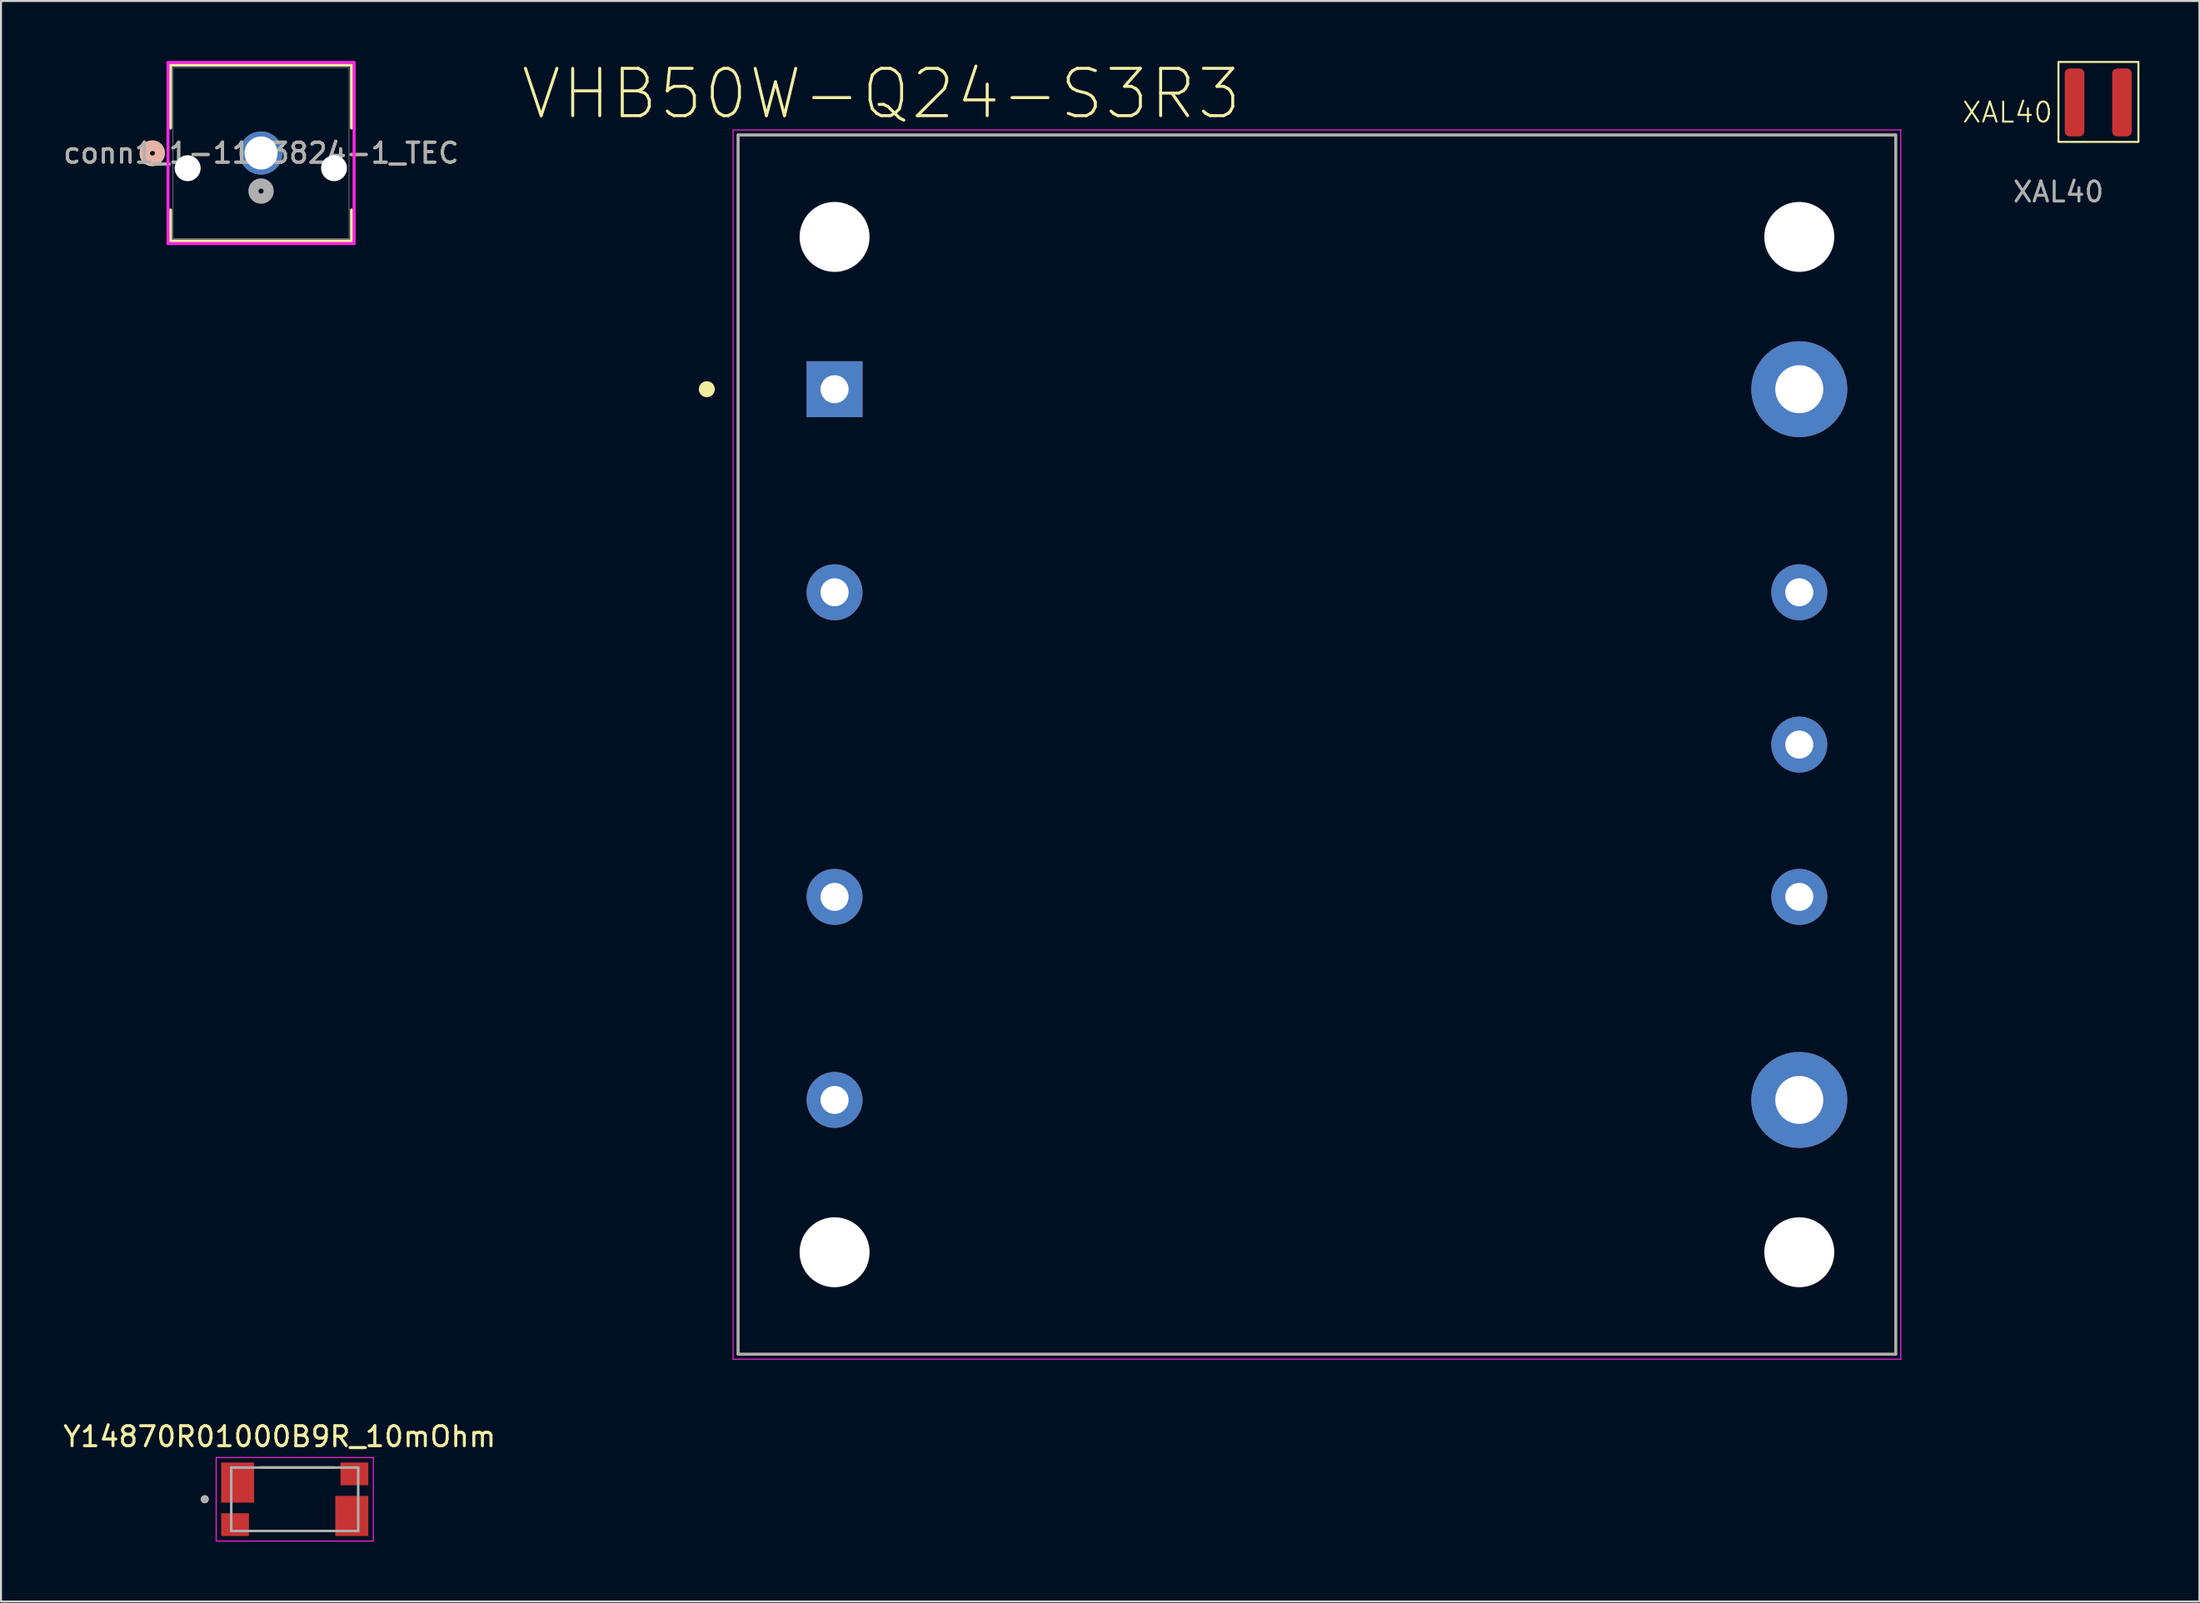
<source format=kicad_pcb>
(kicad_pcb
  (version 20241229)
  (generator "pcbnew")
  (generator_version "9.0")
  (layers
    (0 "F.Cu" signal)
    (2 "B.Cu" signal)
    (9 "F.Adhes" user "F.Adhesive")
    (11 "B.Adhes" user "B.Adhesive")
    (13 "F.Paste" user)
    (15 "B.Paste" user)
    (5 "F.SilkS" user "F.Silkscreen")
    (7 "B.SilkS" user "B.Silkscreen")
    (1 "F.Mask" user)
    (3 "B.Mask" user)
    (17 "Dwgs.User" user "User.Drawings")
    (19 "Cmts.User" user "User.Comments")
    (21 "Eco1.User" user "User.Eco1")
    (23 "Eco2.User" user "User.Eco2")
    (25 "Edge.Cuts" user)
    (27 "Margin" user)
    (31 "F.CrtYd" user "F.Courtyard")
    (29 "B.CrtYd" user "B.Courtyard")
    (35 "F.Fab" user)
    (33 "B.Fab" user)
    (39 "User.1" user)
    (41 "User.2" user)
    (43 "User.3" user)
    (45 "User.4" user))
  (footprint "VHB50W-Q24-S3R3"
    (layer "F.Cu")
    (at 62.816 34.203)
    (property "Reference" "VHB50W-Q24-S3R3" (at -21.787 -32.555 0) (layer "F.SilkS") (effects (font (size 2.366 2.366) (thickness 0.15))))
    (attr through_hole)
    (fp_line (start -28.95 -30.5) (end 28.95 -30.5) (stroke (width 0.127) (type solid)) (layer "F.SilkS"))
    (fp_line (start -28.95 30.5) (end -28.95 -30.5) (stroke (width 0.127) (type solid)) (layer "F.SilkS"))
    (fp_line (start 28.95 -30.5) (end 28.95 30.5) (stroke (width 0.127) (type solid)) (layer "F.SilkS"))
    (fp_line (start 28.95 30.5) (end -28.95 30.5) (stroke (width 0.127) (type solid)) (layer "F.SilkS"))
    (fp_circle (center -30.515 -17.78) (end -30.315 -17.78) (stroke (width 0.4) (type solid)) (fill no) (layer "F.SilkS"))
    (fp_line (start -29.2 -30.75) (end 29.2 -30.75) (stroke (width 0.05) (type solid)) (layer "F.CrtYd"))
    (fp_line (start -29.2 30.75) (end -29.2 -30.75) (stroke (width 0.05) (type solid)) (layer "F.CrtYd"))
    (fp_line (start 29.2 -30.75) (end 29.2 30.75) (stroke (width 0.05) (type solid)) (layer "F.CrtYd"))
    (fp_line (start 29.2 30.75) (end -29.2 30.75) (stroke (width 0.05) (type solid)) (layer "F.CrtYd"))
    (fp_line (start -28.95 -30.5) (end 28.95 -30.5) (stroke (width 0.127) (type solid)) (layer "F.Fab"))
    (fp_line (start -28.95 30.5) (end -28.95 -30.5) (stroke (width 0.127) (type solid)) (layer "F.Fab"))
    (fp_line (start 28.95 -30.5) (end 28.95 30.5) (stroke (width 0.127) (type solid)) (layer "F.Fab"))
    (fp_line (start 28.95 30.5) (end -28.95 30.5) (stroke (width 0.127) (type solid)) (layer "F.Fab"))
    (fp_circle (center -24.125 -17.78) (end -23.925 -17.78) (stroke (width 0.4) (type solid)) (fill no) (layer "F.Fab"))
    (pad "" np_thru_hole circle (at -24.125 -25.4) (size 3.5 3.5) (drill 3.5) (layers "*.Cu" "*.Mask"))
    (pad "" np_thru_hole circle (at -24.125 25.4) (size 3.5 3.5) (drill 3.5) (layers "*.Cu" "*.Mask"))
    (pad "" np_thru_hole circle (at 24.125 -25.4) (size 3.5 3.5) (drill 3.5) (layers "*.Cu" "*.Mask"))
    (pad "" np_thru_hole circle (at 24.125 25.4) (size 3.5 3.5) (drill 3.5) (layers "*.Cu" "*.Mask"))
    (pad "1" thru_hole rect (at -24.125 -17.78) (size 2.8 2.8) (drill 1.4) (layers "*.Cu" "*.Mask"))
    (pad "2" thru_hole circle (at -24.125 -7.62) (size 2.8 2.8) (drill 1.4) (layers "*.Cu" "*.Mask"))
    (pad "3" thru_hole circle (at -24.125 7.62) (size 2.8 2.8) (drill 1.4) (layers "*.Cu" "*.Mask"))
    (pad "4" thru_hole circle (at -24.125 17.78) (size 2.8 2.8) (drill 1.4) (layers "*.Cu" "*.Mask"))
    (pad "5" thru_hole circle (at 24.125 17.78) (size 4.8 4.8) (drill 2.4) (layers "*.Cu" "*.Mask"))
    (pad "6" thru_hole circle (at 24.125 7.62) (size 2.8 2.8) (drill 1.4) (layers "*.Cu" "*.Mask"))
    (pad "7" thru_hole circle (at 24.125 0) (size 2.8 2.8) (drill 1.4) (layers "*.Cu" "*.Mask"))
    (pad "8" thru_hole circle (at 24.125 -7.62) (size 2.8 2.8) (drill 1.4) (layers "*.Cu" "*.Mask"))
    (pad "9" thru_hole circle (at 24.125 -17.78) (size 4.8 4.8) (drill 2.4) (layers "*.Cu" "*.Mask")))
  (footprint "XAL40"
    (layer "F.Cu")
    (at 99.903 4.05)
    (property "Reference" "XAL40" (at -2.55 -1.475 0) (unlocked yes) (layer "F.SilkS") (effects (font (size 1 1) (thickness 0.1))))
    (attr smd)
    (fp_rect (start 0 -4) (end 4 0) (stroke (width 0.1) (type default)) (fill no) (layer "F.SilkS"))
    (fp_text user "${REFERENCE}" (at 0 2.5 0) (unlocked yes) (layer "F.Fab") (effects (font (size 1 1) (thickness 0.15))))
    (pad "1" smd roundrect (at 0.805 -1.975) (size 0.98 3.4) (layers "F.Cu" "F.Mask" "F.Paste") (roundrect_rratio 0.25))
    (pad "2" smd roundrect (at 3.175 -1.975) (size 0.98 3.4) (layers "F.Cu" "F.Mask" "F.Paste") (roundrect_rratio 0.25)))
  (footprint "conn1_1-1123824-1_TEC"
    (layer "F.Cu")
    (at 10.006 4.605)
    (property "Reference" "conn1_1-1123824-1_TEC" (at 0 0 0) (unlocked yes) (layer "F.SilkS") (effects (font (size 1 1) (thickness 0.15))))
    (attr through_hole)
    (fp_line (start -4.527 -4.402) (end -4.527 -1.249) (stroke (width 0.152) (type solid)) (layer "F.SilkS"))
    (fp_line (start -4.527 2.849) (end -4.527 4.402) (stroke (width 0.152) (type solid)) (layer "F.SilkS"))
    (fp_line (start -4.527 4.402) (end 4.527 4.402) (stroke (width 0.152) (type solid)) (layer "F.SilkS"))
    (fp_line (start 4.527 -4.402) (end -4.527 -4.402) (stroke (width 0.152) (type solid)) (layer "F.SilkS"))
    (fp_line (start 4.527 -1.249) (end 4.527 -4.402) (stroke (width 0.152) (type solid)) (layer "F.SilkS"))
    (fp_line (start 4.527 4.402) (end 4.527 2.849) (stroke (width 0.152) (type solid)) (layer "F.SilkS"))
    (fp_arc (start -5.36084 0.398993) (mid -5.8166 0.025342) (end -5.360726 -0.34817) (stroke (width 0.508) (type solid)) (layer "F.SilkS"))
    (fp_circle (center -5.436 0) (end -5.055 0) (stroke (width 0.508) (type solid)) (fill no) (layer "B.SilkS"))
    (fp_line (start -4.654 -4.529) (end -4.654 4.529) (stroke (width 0.152) (type solid)) (layer "F.CrtYd"))
    (fp_line (start -4.654 4.529) (end 4.654 4.529) (stroke (width 0.152) (type solid)) (layer "F.CrtYd"))
    (fp_line (start 4.654 -4.529) (end -4.654 -4.529) (stroke (width 0.152) (type solid)) (layer "F.CrtYd"))
    (fp_line (start 4.654 4.529) (end 4.654 -4.529) (stroke (width 0.152) (type solid)) (layer "F.CrtYd"))
    (fp_line (start -4.4 -4.275) (end -4.4 4.275) (stroke (width 0.025) (type solid)) (layer "F.Fab"))
    (fp_line (start -4.4 4.275) (end 4.4 4.275) (stroke (width 0.025) (type solid)) (layer "F.Fab"))
    (fp_line (start 4.4 -4.275) (end -4.4 -4.275) (stroke (width 0.025) (type solid)) (layer "F.Fab"))
    (fp_line (start 4.4 4.275) (end 4.4 -4.275) (stroke (width 0.025) (type solid)) (layer "F.Fab"))
    (fp_circle (center 0 1.905) (end 0.381 1.905) (stroke (width 0.508) (type solid)) (fill no) (layer "F.Fab"))
    (fp_text user "${REFERENCE}" (at 0 0 0) (unlocked yes) (layer "F.Fab") (effects (font (size 1 1) (thickness 0.15))))
    (pad "" np_thru_hole circle (at -3.67 0.76) (size 1.295 1.295) (drill oval 1.295 4) (layers "*.Cu" "*.Mask"))
    (pad "" np_thru_hole circle (at 3.65 0.76) (size 1.295 1.295) (drill oval 1.295 4) (layers "*.Cu" "*.Mask"))
    (pad "1" thru_hole circle (at 0 0) (size 2.159 2.159) (drill 1.651) (layers "*.Cu" "*.Mask")))
  (footprint "Y14870R01000B9R_10mOhm"
    (layer "F.Cu")
    (at 11.69 71.961)
    (property "Reference" "Y14870R01000B9R_10mOhm" (at -0.755 -3.135 0) (layer "F.SilkS") (effects (font (size 1 1) (thickness 0.15))))
    (attr smd)
    (fp_line (start -1.71 -1.587) (end 1.97 -1.587) (stroke (width 0.127) (type solid)) (layer "F.SilkS"))
    (fp_line (start 1.71 1.587) (end -1.97 1.587) (stroke (width 0.127) (type solid)) (layer "F.SilkS"))
    (fp_circle (center -4.5 0) (end -4.4 0) (stroke (width 0.2) (type solid)) (fill no) (layer "F.SilkS"))
    (fp_line (start -3.93 -2.09) (end 3.93 -2.09) (stroke (width 0.05) (type solid)) (layer "F.CrtYd"))
    (fp_line (start -3.93 2.09) (end -3.93 -2.09) (stroke (width 0.05) (type solid)) (layer "F.CrtYd"))
    (fp_line (start 3.93 -2.09) (end 3.93 2.09) (stroke (width 0.05) (type solid)) (layer "F.CrtYd"))
    (fp_line (start 3.93 2.09) (end -3.93 2.09) (stroke (width 0.05) (type solid)) (layer "F.CrtYd"))
    (fp_line (start -3.175 -1.587) (end 3.175 -1.587) (stroke (width 0.127) (type solid)) (layer "F.Fab"))
    (fp_line (start -3.175 1.587) (end -3.175 -1.587) (stroke (width 0.127) (type solid)) (layer "F.Fab"))
    (fp_line (start 3.175 -1.587) (end 3.175 1.587) (stroke (width 0.127) (type solid)) (layer "F.Fab"))
    (fp_line (start 3.175 1.587) (end -3.175 1.587) (stroke (width 0.127) (type solid)) (layer "F.Fab"))
    (fp_circle (center -4.5 0) (end -4.4 0) (stroke (width 0.2) (type solid)) (fill no) (layer "F.Fab"))
    (pad "E1" smd rect (at -2.985 1.27) (size 1.39 1.14) (layers "F.Cu" "F.Mask" "F.Paste"))
    (pad "E2" smd rect (at 2.985 -1.27) (size 1.39 1.14) (layers "F.Cu" "F.Mask" "F.Paste"))
    (pad "I1" smd rect (at -2.855 -0.835) (size 1.65 2.01) (layers "F.Cu" "F.Mask" "F.Paste"))
    (pad "I2" smd rect (at 2.855 0.835) (size 1.65 2.01) (layers "F.Cu" "F.Mask" "F.Paste")))
  (gr_rect
    (start -3 -3)
    (end 106.953 77.076)
    (stroke (width 0.1) (type default))
    (fill no)
    (layer "Edge.Cuts")))
</source>
